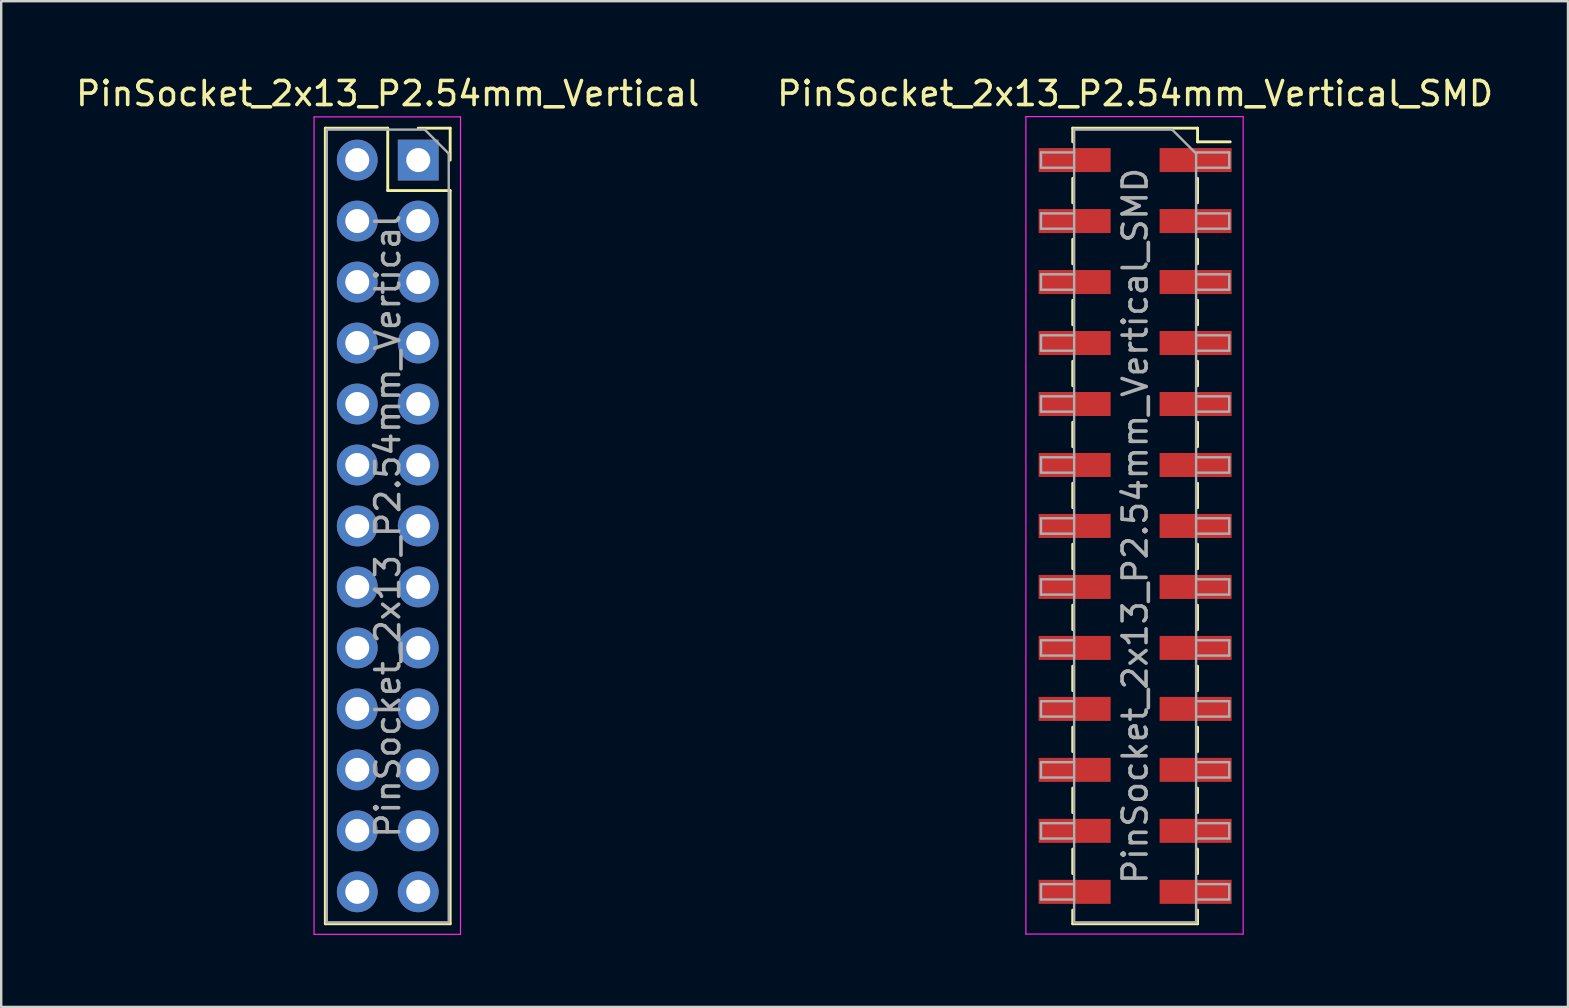
<source format=kicad_pcb>
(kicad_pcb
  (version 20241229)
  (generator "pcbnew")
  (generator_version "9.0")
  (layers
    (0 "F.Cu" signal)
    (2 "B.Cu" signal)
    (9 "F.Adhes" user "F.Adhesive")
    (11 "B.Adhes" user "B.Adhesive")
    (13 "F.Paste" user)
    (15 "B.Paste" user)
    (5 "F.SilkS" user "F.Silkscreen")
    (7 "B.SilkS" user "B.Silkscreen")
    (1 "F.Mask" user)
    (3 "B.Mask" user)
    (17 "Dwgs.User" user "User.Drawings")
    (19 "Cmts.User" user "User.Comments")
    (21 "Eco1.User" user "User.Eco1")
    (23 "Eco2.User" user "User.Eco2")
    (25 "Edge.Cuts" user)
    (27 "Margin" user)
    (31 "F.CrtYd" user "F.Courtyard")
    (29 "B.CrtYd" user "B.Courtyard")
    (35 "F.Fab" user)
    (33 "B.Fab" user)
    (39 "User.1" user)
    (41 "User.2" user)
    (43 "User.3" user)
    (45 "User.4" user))
  (footprint "PinSocket_2x13_P2.54mm_Vertical"
    (layer "F.Cu")
    (at 14.371 3.618)
    (property "Reference" "PinSocket_2x13_P2.54mm_Vertical" (at -1.27 -2.77 0) (layer "F.SilkS") (effects (font (size 1 1) (thickness 0.15))))
    (attr through_hole)
    (fp_line (start -3.87 -1.33) (end -3.87 31.81) (stroke (width 0.12) (type solid)) (layer "F.SilkS"))
    (fp_line (start -3.87 -1.33) (end -1.27 -1.33) (stroke (width 0.12) (type solid)) (layer "F.SilkS"))
    (fp_line (start -3.87 31.81) (end 1.33 31.81) (stroke (width 0.12) (type solid)) (layer "F.SilkS"))
    (fp_line (start -1.27 -1.33) (end -1.27 1.27) (stroke (width 0.12) (type solid)) (layer "F.SilkS"))
    (fp_line (start -1.27 1.27) (end 1.33 1.27) (stroke (width 0.12) (type solid)) (layer "F.SilkS"))
    (fp_line (start 0 -1.33) (end 1.33 -1.33) (stroke (width 0.12) (type solid)) (layer "F.SilkS"))
    (fp_line (start 1.33 -1.33) (end 1.33 0) (stroke (width 0.12) (type solid)) (layer "F.SilkS"))
    (fp_line (start 1.33 1.27) (end 1.33 31.81) (stroke (width 0.12) (type solid)) (layer "F.SilkS"))
    (fp_line (start -4.34 -1.8) (end 1.76 -1.8) (stroke (width 0.05) (type solid)) (layer "F.CrtYd"))
    (fp_line (start -4.34 32.25) (end -4.34 -1.8) (stroke (width 0.05) (type solid)) (layer "F.CrtYd"))
    (fp_line (start 1.76 -1.8) (end 1.76 32.25) (stroke (width 0.05) (type solid)) (layer "F.CrtYd"))
    (fp_line (start 1.76 32.25) (end -4.34 32.25) (stroke (width 0.05) (type solid)) (layer "F.CrtYd"))
    (fp_line (start -3.81 -1.27) (end 0.27 -1.27) (stroke (width 0.1) (type solid)) (layer "F.Fab"))
    (fp_line (start -3.81 31.75) (end -3.81 -1.27) (stroke (width 0.1) (type solid)) (layer "F.Fab"))
    (fp_line (start 0.27 -1.27) (end 1.27 -0.27) (stroke (width 0.1) (type solid)) (layer "F.Fab"))
    (fp_line (start 1.27 -0.27) (end 1.27 31.75) (stroke (width 0.1) (type solid)) (layer "F.Fab"))
    (fp_line (start 1.27 31.75) (end -3.81 31.75) (stroke (width 0.1) (type solid)) (layer "F.Fab"))
    (fp_text user "${REFERENCE}" (at -1.27 15.24 90) (layer "F.Fab") (effects (font (size 1 1) (thickness 0.15))))
    (pad "1" thru_hole rect (at 0 0) (size 1.7 1.7) (drill 1) (layers "*.Cu" "*.Mask"))
    (pad "2" thru_hole oval (at -2.54 0) (size 1.7 1.7) (drill 1) (layers "*.Cu" "*.Mask"))
    (pad "3" thru_hole oval (at 0 2.54) (size 1.7 1.7) (drill 1) (layers "*.Cu" "*.Mask"))
    (pad "4" thru_hole oval (at -2.54 2.54) (size 1.7 1.7) (drill 1) (layers "*.Cu" "*.Mask"))
    (pad "5" thru_hole oval (at 0 5.08) (size 1.7 1.7) (drill 1) (layers "*.Cu" "*.Mask"))
    (pad "6" thru_hole oval (at -2.54 5.08) (size 1.7 1.7) (drill 1) (layers "*.Cu" "*.Mask"))
    (pad "7" thru_hole oval (at 0 7.62) (size 1.7 1.7) (drill 1) (layers "*.Cu" "*.Mask"))
    (pad "8" thru_hole oval (at -2.54 7.62) (size 1.7 1.7) (drill 1) (layers "*.Cu" "*.Mask"))
    (pad "9" thru_hole oval (at 0 10.16) (size 1.7 1.7) (drill 1) (layers "*.Cu" "*.Mask"))
    (pad "10" thru_hole oval (at -2.54 10.16) (size 1.7 1.7) (drill 1) (layers "*.Cu" "*.Mask"))
    (pad "11" thru_hole oval (at 0 12.7) (size 1.7 1.7) (drill 1) (layers "*.Cu" "*.Mask"))
    (pad "12" thru_hole oval (at -2.54 12.7) (size 1.7 1.7) (drill 1) (layers "*.Cu" "*.Mask"))
    (pad "13" thru_hole oval (at 0 15.24) (size 1.7 1.7) (drill 1) (layers "*.Cu" "*.Mask"))
    (pad "14" thru_hole oval (at -2.54 15.24) (size 1.7 1.7) (drill 1) (layers "*.Cu" "*.Mask"))
    (pad "15" thru_hole oval (at 0 17.78) (size 1.7 1.7) (drill 1) (layers "*.Cu" "*.Mask"))
    (pad "16" thru_hole oval (at -2.54 17.78) (size 1.7 1.7) (drill 1) (layers "*.Cu" "*.Mask"))
    (pad "17" thru_hole oval (at 0 20.32) (size 1.7 1.7) (drill 1) (layers "*.Cu" "*.Mask"))
    (pad "18" thru_hole oval (at -2.54 20.32) (size 1.7 1.7) (drill 1) (layers "*.Cu" "*.Mask"))
    (pad "19" thru_hole oval (at 0 22.86) (size 1.7 1.7) (drill 1) (layers "*.Cu" "*.Mask"))
    (pad "20" thru_hole oval (at -2.54 22.86) (size 1.7 1.7) (drill 1) (layers "*.Cu" "*.Mask"))
    (pad "21" thru_hole oval (at 0 25.4) (size 1.7 1.7) (drill 1) (layers "*.Cu" "*.Mask"))
    (pad "22" thru_hole oval (at -2.54 25.4) (size 1.7 1.7) (drill 1) (layers "*.Cu" "*.Mask"))
    (pad "23" thru_hole oval (at 0 27.94) (size 1.7 1.7) (drill 1) (layers "*.Cu" "*.Mask"))
    (pad "24" thru_hole oval (at -2.54 27.94) (size 1.7 1.7) (drill 1) (layers "*.Cu" "*.Mask"))
    (pad "25" thru_hole oval (at 0 30.48) (size 1.7 1.7) (drill 1) (layers "*.Cu" "*.Mask"))
    (pad "26" thru_hole oval (at -2.54 30.48) (size 1.7 1.7) (drill 1) (layers "*.Cu" "*.Mask")))
  (footprint "PinSocket_2x13_P2.54mm_Vertical_SMD"
    (layer "F.Cu")
    (at 44.232 18.858)
    (property "Reference" "PinSocket_2x13_P2.54mm_Vertical_SMD" (at 0 -18.01 0) (layer "F.SilkS") (effects (font (size 1 1) (thickness 0.15))))
    (attr smd)
    (fp_line (start -2.6 -16.57) (end -2.6 -16) (stroke (width 0.12) (type solid)) (layer "F.SilkS"))
    (fp_line (start -2.6 -16.57) (end 2.6 -16.57) (stroke (width 0.12) (type solid)) (layer "F.SilkS"))
    (fp_line (start -2.6 -14.48) (end -2.6 -13.46) (stroke (width 0.12) (type solid)) (layer "F.SilkS"))
    (fp_line (start -2.6 -11.94) (end -2.6 -10.92) (stroke (width 0.12) (type solid)) (layer "F.SilkS"))
    (fp_line (start -2.6 -9.4) (end -2.6 -8.38) (stroke (width 0.12) (type solid)) (layer "F.SilkS"))
    (fp_line (start -2.6 -6.86) (end -2.6 -5.84) (stroke (width 0.12) (type solid)) (layer "F.SilkS"))
    (fp_line (start -2.6 -4.32) (end -2.6 -3.3) (stroke (width 0.12) (type solid)) (layer "F.SilkS"))
    (fp_line (start -2.6 -1.78) (end -2.6 -0.76) (stroke (width 0.12) (type solid)) (layer "F.SilkS"))
    (fp_line (start -2.6 0.76) (end -2.6 1.78) (stroke (width 0.12) (type solid)) (layer "F.SilkS"))
    (fp_line (start -2.6 3.3) (end -2.6 4.32) (stroke (width 0.12) (type solid)) (layer "F.SilkS"))
    (fp_line (start -2.6 5.84) (end -2.6 6.86) (stroke (width 0.12) (type solid)) (layer "F.SilkS"))
    (fp_line (start -2.6 8.38) (end -2.6 9.4) (stroke (width 0.12) (type solid)) (layer "F.SilkS"))
    (fp_line (start -2.6 10.92) (end -2.6 11.94) (stroke (width 0.12) (type solid)) (layer "F.SilkS"))
    (fp_line (start -2.6 13.46) (end -2.6 14.48) (stroke (width 0.12) (type solid)) (layer "F.SilkS"))
    (fp_line (start -2.6 16) (end -2.6 16.57) (stroke (width 0.12) (type solid)) (layer "F.SilkS"))
    (fp_line (start -2.6 16.57) (end 2.6 16.57) (stroke (width 0.12) (type solid)) (layer "F.SilkS"))
    (fp_line (start 2.6 -16.57) (end 2.6 -16) (stroke (width 0.12) (type solid)) (layer "F.SilkS"))
    (fp_line (start 2.6 -16) (end 3.96 -16) (stroke (width 0.12) (type solid)) (layer "F.SilkS"))
    (fp_line (start 2.6 -14.48) (end 2.6 -13.46) (stroke (width 0.12) (type solid)) (layer "F.SilkS"))
    (fp_line (start 2.6 -11.94) (end 2.6 -10.92) (stroke (width 0.12) (type solid)) (layer "F.SilkS"))
    (fp_line (start 2.6 -9.4) (end 2.6 -8.38) (stroke (width 0.12) (type solid)) (layer "F.SilkS"))
    (fp_line (start 2.6 -6.86) (end 2.6 -5.84) (stroke (width 0.12) (type solid)) (layer "F.SilkS"))
    (fp_line (start 2.6 -4.32) (end 2.6 -3.3) (stroke (width 0.12) (type solid)) (layer "F.SilkS"))
    (fp_line (start 2.6 -1.78) (end 2.6 -0.76) (stroke (width 0.12) (type solid)) (layer "F.SilkS"))
    (fp_line (start 2.6 0.76) (end 2.6 1.78) (stroke (width 0.12) (type solid)) (layer "F.SilkS"))
    (fp_line (start 2.6 3.3) (end 2.6 4.32) (stroke (width 0.12) (type solid)) (layer "F.SilkS"))
    (fp_line (start 2.6 5.84) (end 2.6 6.86) (stroke (width 0.12) (type solid)) (layer "F.SilkS"))
    (fp_line (start 2.6 8.38) (end 2.6 9.4) (stroke (width 0.12) (type solid)) (layer "F.SilkS"))
    (fp_line (start 2.6 10.92) (end 2.6 11.94) (stroke (width 0.12) (type solid)) (layer "F.SilkS"))
    (fp_line (start 2.6 13.46) (end 2.6 14.48) (stroke (width 0.12) (type solid)) (layer "F.SilkS"))
    (fp_line (start 2.6 16) (end 2.6 16.57) (stroke (width 0.12) (type solid)) (layer "F.SilkS"))
    (fp_line (start -4.55 -17.05) (end 4.5 -17.05) (stroke (width 0.05) (type solid)) (layer "F.CrtYd"))
    (fp_line (start -4.55 17) (end -4.55 -17.05) (stroke (width 0.05) (type solid)) (layer "F.CrtYd"))
    (fp_line (start 4.5 -17.05) (end 4.5 17) (stroke (width 0.05) (type solid)) (layer "F.CrtYd"))
    (fp_line (start 4.5 17) (end -4.55 17) (stroke (width 0.05) (type solid)) (layer "F.CrtYd"))
    (fp_line (start -3.92 -15.56) (end -2.54 -15.56) (stroke (width 0.1) (type solid)) (layer "F.Fab"))
    (fp_line (start -3.92 -14.92) (end -3.92 -15.56) (stroke (width 0.1) (type solid)) (layer "F.Fab"))
    (fp_line (start -3.92 -13.02) (end -2.54 -13.02) (stroke (width 0.1) (type solid)) (layer "F.Fab"))
    (fp_line (start -3.92 -12.38) (end -3.92 -13.02) (stroke (width 0.1) (type solid)) (layer "F.Fab"))
    (fp_line (start -3.92 -10.48) (end -2.54 -10.48) (stroke (width 0.1) (type solid)) (layer "F.Fab"))
    (fp_line (start -3.92 -9.84) (end -3.92 -10.48) (stroke (width 0.1) (type solid)) (layer "F.Fab"))
    (fp_line (start -3.92 -7.94) (end -2.54 -7.94) (stroke (width 0.1) (type solid)) (layer "F.Fab"))
    (fp_line (start -3.92 -7.3) (end -3.92 -7.94) (stroke (width 0.1) (type solid)) (layer "F.Fab"))
    (fp_line (start -3.92 -5.4) (end -2.54 -5.4) (stroke (width 0.1) (type solid)) (layer "F.Fab"))
    (fp_line (start -3.92 -4.76) (end -3.92 -5.4) (stroke (width 0.1) (type solid)) (layer "F.Fab"))
    (fp_line (start -3.92 -2.86) (end -2.54 -2.86) (stroke (width 0.1) (type solid)) (layer "F.Fab"))
    (fp_line (start -3.92 -2.22) (end -3.92 -2.86) (stroke (width 0.1) (type solid)) (layer "F.Fab"))
    (fp_line (start -3.92 -0.32) (end -2.54 -0.32) (stroke (width 0.1) (type solid)) (layer "F.Fab"))
    (fp_line (start -3.92 0.32) (end -3.92 -0.32) (stroke (width 0.1) (type solid)) (layer "F.Fab"))
    (fp_line (start -3.92 2.22) (end -2.54 2.22) (stroke (width 0.1) (type solid)) (layer "F.Fab"))
    (fp_line (start -3.92 2.86) (end -3.92 2.22) (stroke (width 0.1) (type solid)) (layer "F.Fab"))
    (fp_line (start -3.92 4.76) (end -2.54 4.76) (stroke (width 0.1) (type solid)) (layer "F.Fab"))
    (fp_line (start -3.92 5.4) (end -3.92 4.76) (stroke (width 0.1) (type solid)) (layer "F.Fab"))
    (fp_line (start -3.92 7.3) (end -2.54 7.3) (stroke (width 0.1) (type solid)) (layer "F.Fab"))
    (fp_line (start -3.92 7.94) (end -3.92 7.3) (stroke (width 0.1) (type solid)) (layer "F.Fab"))
    (fp_line (start -3.92 9.84) (end -2.54 9.84) (stroke (width 0.1) (type solid)) (layer "F.Fab"))
    (fp_line (start -3.92 10.48) (end -3.92 9.84) (stroke (width 0.1) (type solid)) (layer "F.Fab"))
    (fp_line (start -3.92 12.38) (end -2.54 12.38) (stroke (width 0.1) (type solid)) (layer "F.Fab"))
    (fp_line (start -3.92 13.02) (end -3.92 12.38) (stroke (width 0.1) (type solid)) (layer "F.Fab"))
    (fp_line (start -3.92 14.92) (end -2.54 14.92) (stroke (width 0.1) (type solid)) (layer "F.Fab"))
    (fp_line (start -3.92 15.56) (end -3.92 14.92) (stroke (width 0.1) (type solid)) (layer "F.Fab"))
    (fp_line (start -2.54 -16.51) (end 1.54 -16.51) (stroke (width 0.1) (type solid)) (layer "F.Fab"))
    (fp_line (start -2.54 -14.92) (end -3.92 -14.92) (stroke (width 0.1) (type solid)) (layer "F.Fab"))
    (fp_line (start -2.54 -12.38) (end -3.92 -12.38) (stroke (width 0.1) (type solid)) (layer "F.Fab"))
    (fp_line (start -2.54 -9.84) (end -3.92 -9.84) (stroke (width 0.1) (type solid)) (layer "F.Fab"))
    (fp_line (start -2.54 -7.3) (end -3.92 -7.3) (stroke (width 0.1) (type solid)) (layer "F.Fab"))
    (fp_line (start -2.54 -4.76) (end -3.92 -4.76) (stroke (width 0.1) (type solid)) (layer "F.Fab"))
    (fp_line (start -2.54 -2.22) (end -3.92 -2.22) (stroke (width 0.1) (type solid)) (layer "F.Fab"))
    (fp_line (start -2.54 0.32) (end -3.92 0.32) (stroke (width 0.1) (type solid)) (layer "F.Fab"))
    (fp_line (start -2.54 2.86) (end -3.92 2.86) (stroke (width 0.1) (type solid)) (layer "F.Fab"))
    (fp_line (start -2.54 5.4) (end -3.92 5.4) (stroke (width 0.1) (type solid)) (layer "F.Fab"))
    (fp_line (start -2.54 7.94) (end -3.92 7.94) (stroke (width 0.1) (type solid)) (layer "F.Fab"))
    (fp_line (start -2.54 10.48) (end -3.92 10.48) (stroke (width 0.1) (type solid)) (layer "F.Fab"))
    (fp_line (start -2.54 13.02) (end -3.92 13.02) (stroke (width 0.1) (type solid)) (layer "F.Fab"))
    (fp_line (start -2.54 15.56) (end -3.92 15.56) (stroke (width 0.1) (type solid)) (layer "F.Fab"))
    (fp_line (start -2.54 16.51) (end -2.54 -16.51) (stroke (width 0.1) (type solid)) (layer "F.Fab"))
    (fp_line (start 1.54 -16.51) (end 2.54 -15.51) (stroke (width 0.1) (type solid)) (layer "F.Fab"))
    (fp_line (start 2.54 -15.56) (end 3.92 -15.56) (stroke (width 0.1) (type solid)) (layer "F.Fab"))
    (fp_line (start 2.54 -15.51) (end 2.54 16.51) (stroke (width 0.1) (type solid)) (layer "F.Fab"))
    (fp_line (start 2.54 -13.02) (end 3.92 -13.02) (stroke (width 0.1) (type solid)) (layer "F.Fab"))
    (fp_line (start 2.54 -10.48) (end 3.92 -10.48) (stroke (width 0.1) (type solid)) (layer "F.Fab"))
    (fp_line (start 2.54 -7.94) (end 3.92 -7.94) (stroke (width 0.1) (type solid)) (layer "F.Fab"))
    (fp_line (start 2.54 -5.4) (end 3.92 -5.4) (stroke (width 0.1) (type solid)) (layer "F.Fab"))
    (fp_line (start 2.54 -2.86) (end 3.92 -2.86) (stroke (width 0.1) (type solid)) (layer "F.Fab"))
    (fp_line (start 2.54 -0.32) (end 3.92 -0.32) (stroke (width 0.1) (type solid)) (layer "F.Fab"))
    (fp_line (start 2.54 2.22) (end 3.92 2.22) (stroke (width 0.1) (type solid)) (layer "F.Fab"))
    (fp_line (start 2.54 4.76) (end 3.92 4.76) (stroke (width 0.1) (type solid)) (layer "F.Fab"))
    (fp_line (start 2.54 7.3) (end 3.92 7.3) (stroke (width 0.1) (type solid)) (layer "F.Fab"))
    (fp_line (start 2.54 9.84) (end 3.92 9.84) (stroke (width 0.1) (type solid)) (layer "F.Fab"))
    (fp_line (start 2.54 12.38) (end 3.92 12.38) (stroke (width 0.1) (type solid)) (layer "F.Fab"))
    (fp_line (start 2.54 14.92) (end 3.92 14.92) (stroke (width 0.1) (type solid)) (layer "F.Fab"))
    (fp_line (start 2.54 16.51) (end -2.54 16.51) (stroke (width 0.1) (type solid)) (layer "F.Fab"))
    (fp_line (start 3.92 -15.56) (end 3.92 -14.92) (stroke (width 0.1) (type solid)) (layer "F.Fab"))
    (fp_line (start 3.92 -14.92) (end 2.54 -14.92) (stroke (width 0.1) (type solid)) (layer "F.Fab"))
    (fp_line (start 3.92 -13.02) (end 3.92 -12.38) (stroke (width 0.1) (type solid)) (layer "F.Fab"))
    (fp_line (start 3.92 -12.38) (end 2.54 -12.38) (stroke (width 0.1) (type solid)) (layer "F.Fab"))
    (fp_line (start 3.92 -10.48) (end 3.92 -9.84) (stroke (width 0.1) (type solid)) (layer "F.Fab"))
    (fp_line (start 3.92 -9.84) (end 2.54 -9.84) (stroke (width 0.1) (type solid)) (layer "F.Fab"))
    (fp_line (start 3.92 -7.94) (end 3.92 -7.3) (stroke (width 0.1) (type solid)) (layer "F.Fab"))
    (fp_line (start 3.92 -7.3) (end 2.54 -7.3) (stroke (width 0.1) (type solid)) (layer "F.Fab"))
    (fp_line (start 3.92 -5.4) (end 3.92 -4.76) (stroke (width 0.1) (type solid)) (layer "F.Fab"))
    (fp_line (start 3.92 -4.76) (end 2.54 -4.76) (stroke (width 0.1) (type solid)) (layer "F.Fab"))
    (fp_line (start 3.92 -2.86) (end 3.92 -2.22) (stroke (width 0.1) (type solid)) (layer "F.Fab"))
    (fp_line (start 3.92 -2.22) (end 2.54 -2.22) (stroke (width 0.1) (type solid)) (layer "F.Fab"))
    (fp_line (start 3.92 -0.32) (end 3.92 0.32) (stroke (width 0.1) (type solid)) (layer "F.Fab"))
    (fp_line (start 3.92 0.32) (end 2.54 0.32) (stroke (width 0.1) (type solid)) (layer "F.Fab"))
    (fp_line (start 3.92 2.22) (end 3.92 2.86) (stroke (width 0.1) (type solid)) (layer "F.Fab"))
    (fp_line (start 3.92 2.86) (end 2.54 2.86) (stroke (width 0.1) (type solid)) (layer "F.Fab"))
    (fp_line (start 3.92 4.76) (end 3.92 5.4) (stroke (width 0.1) (type solid)) (layer "F.Fab"))
    (fp_line (start 3.92 5.4) (end 2.54 5.4) (stroke (width 0.1) (type solid)) (layer "F.Fab"))
    (fp_line (start 3.92 7.3) (end 3.92 7.94) (stroke (width 0.1) (type solid)) (layer "F.Fab"))
    (fp_line (start 3.92 7.94) (end 2.54 7.94) (stroke (width 0.1) (type solid)) (layer "F.Fab"))
    (fp_line (start 3.92 9.84) (end 3.92 10.48) (stroke (width 0.1) (type solid)) (layer "F.Fab"))
    (fp_line (start 3.92 10.48) (end 2.54 10.48) (stroke (width 0.1) (type solid)) (layer "F.Fab"))
    (fp_line (start 3.92 12.38) (end 3.92 13.02) (stroke (width 0.1) (type solid)) (layer "F.Fab"))
    (fp_line (start 3.92 13.02) (end 2.54 13.02) (stroke (width 0.1) (type solid)) (layer "F.Fab"))
    (fp_line (start 3.92 14.92) (end 3.92 15.56) (stroke (width 0.1) (type solid)) (layer "F.Fab"))
    (fp_line (start 3.92 15.56) (end 2.54 15.56) (stroke (width 0.1) (type solid)) (layer "F.Fab"))
    (fp_text user "${REFERENCE}" (at 0 0 90) (layer "F.Fab") (effects (font (size 1 1) (thickness 0.15))))
    (pad "1" smd rect (at 2.52 -15.24) (size 3 1) (layers "F.Cu" "F.Mask" "F.Paste"))
    (pad "2" smd rect (at -2.52 -15.24) (size 3 1) (layers "F.Cu" "F.Mask" "F.Paste"))
    (pad "3" smd rect (at 2.52 -12.7) (size 3 1) (layers "F.Cu" "F.Mask" "F.Paste"))
    (pad "4" smd rect (at -2.52 -12.7) (size 3 1) (layers "F.Cu" "F.Mask" "F.Paste"))
    (pad "5" smd rect (at 2.52 -10.16) (size 3 1) (layers "F.Cu" "F.Mask" "F.Paste"))
    (pad "6" smd rect (at -2.52 -10.16) (size 3 1) (layers "F.Cu" "F.Mask" "F.Paste"))
    (pad "7" smd rect (at 2.52 -7.62) (size 3 1) (layers "F.Cu" "F.Mask" "F.Paste"))
    (pad "8" smd rect (at -2.52 -7.62) (size 3 1) (layers "F.Cu" "F.Mask" "F.Paste"))
    (pad "9" smd rect (at 2.52 -5.08) (size 3 1) (layers "F.Cu" "F.Mask" "F.Paste"))
    (pad "10" smd rect (at -2.52 -5.08) (size 3 1) (layers "F.Cu" "F.Mask" "F.Paste"))
    (pad "11" smd rect (at 2.52 -2.54) (size 3 1) (layers "F.Cu" "F.Mask" "F.Paste"))
    (pad "12" smd rect (at -2.52 -2.54) (size 3 1) (layers "F.Cu" "F.Mask" "F.Paste"))
    (pad "13" smd rect (at 2.52 0) (size 3 1) (layers "F.Cu" "F.Mask" "F.Paste"))
    (pad "14" smd rect (at -2.52 0) (size 3 1) (layers "F.Cu" "F.Mask" "F.Paste"))
    (pad "15" smd rect (at 2.52 2.54) (size 3 1) (layers "F.Cu" "F.Mask" "F.Paste"))
    (pad "16" smd rect (at -2.52 2.54) (size 3 1) (layers "F.Cu" "F.Mask" "F.Paste"))
    (pad "17" smd rect (at 2.52 5.08) (size 3 1) (layers "F.Cu" "F.Mask" "F.Paste"))
    (pad "18" smd rect (at -2.52 5.08) (size 3 1) (layers "F.Cu" "F.Mask" "F.Paste"))
    (pad "19" smd rect (at 2.52 7.62) (size 3 1) (layers "F.Cu" "F.Mask" "F.Paste"))
    (pad "20" smd rect (at -2.52 7.62) (size 3 1) (layers "F.Cu" "F.Mask" "F.Paste"))
    (pad "21" smd rect (at 2.52 10.16) (size 3 1) (layers "F.Cu" "F.Mask" "F.Paste"))
    (pad "22" smd rect (at -2.52 10.16) (size 3 1) (layers "F.Cu" "F.Mask" "F.Paste"))
    (pad "23" smd rect (at 2.52 12.7) (size 3 1) (layers "F.Cu" "F.Mask" "F.Paste"))
    (pad "24" smd rect (at -2.52 12.7) (size 3 1) (layers "F.Cu" "F.Mask" "F.Paste"))
    (pad "25" smd rect (at 2.52 15.24) (size 3 1) (layers "F.Cu" "F.Mask" "F.Paste"))
    (pad "26" smd rect (at -2.52 15.24) (size 3 1) (layers "F.Cu" "F.Mask" "F.Paste")))
  (gr_rect
    (start -3 -3)
    (end 62.262 38.893)
    (stroke (width 0.1) (type default))
    (fill no)
    (layer "Edge.Cuts")))
</source>
